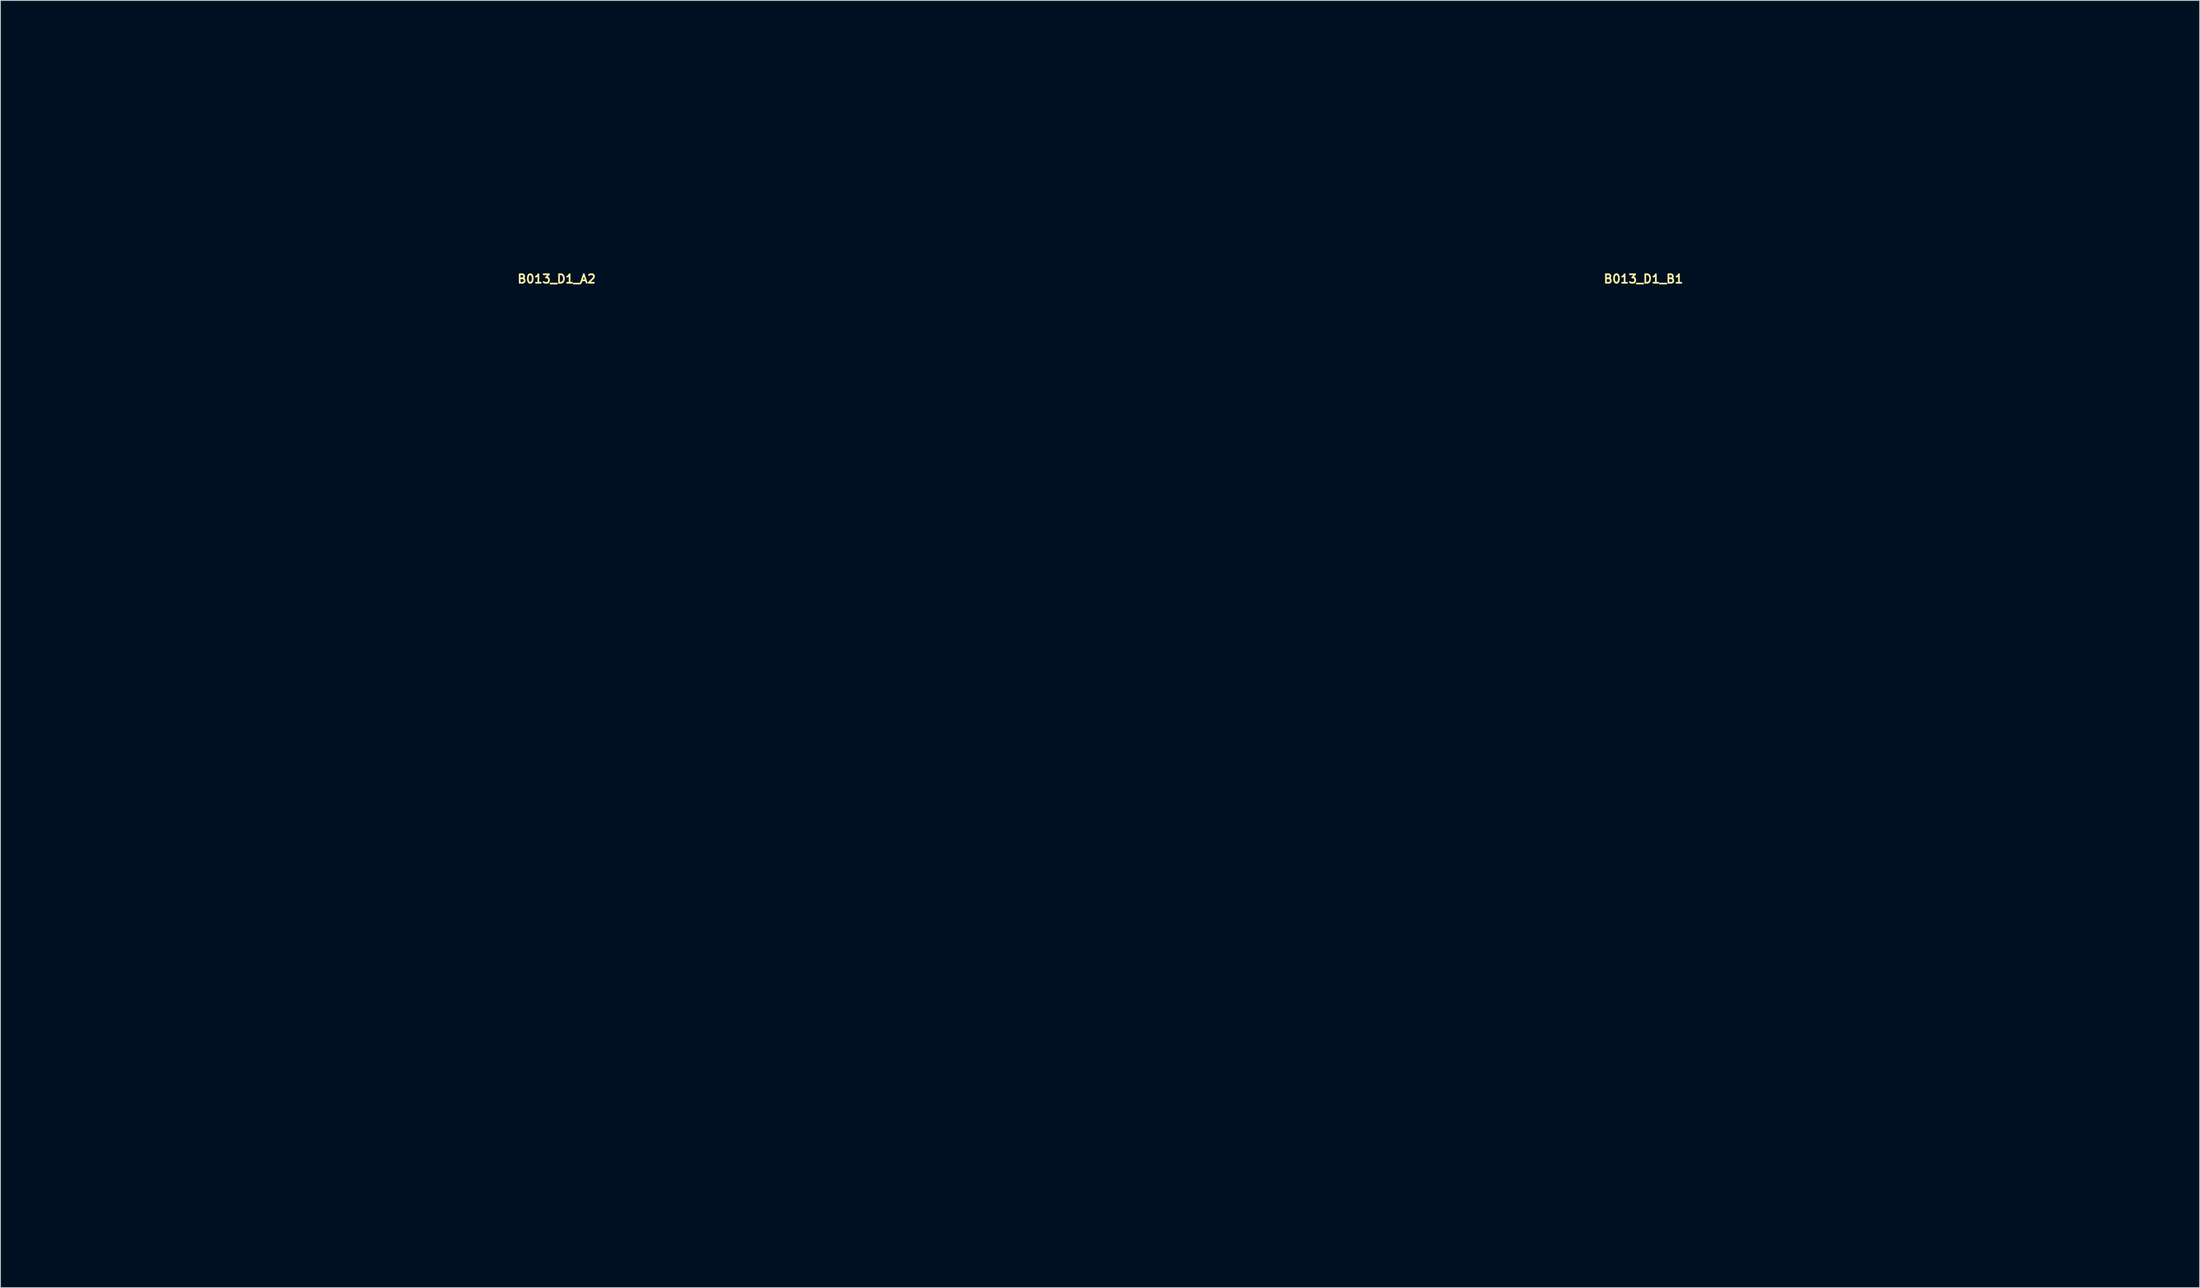
<source format=kicad_pcb>
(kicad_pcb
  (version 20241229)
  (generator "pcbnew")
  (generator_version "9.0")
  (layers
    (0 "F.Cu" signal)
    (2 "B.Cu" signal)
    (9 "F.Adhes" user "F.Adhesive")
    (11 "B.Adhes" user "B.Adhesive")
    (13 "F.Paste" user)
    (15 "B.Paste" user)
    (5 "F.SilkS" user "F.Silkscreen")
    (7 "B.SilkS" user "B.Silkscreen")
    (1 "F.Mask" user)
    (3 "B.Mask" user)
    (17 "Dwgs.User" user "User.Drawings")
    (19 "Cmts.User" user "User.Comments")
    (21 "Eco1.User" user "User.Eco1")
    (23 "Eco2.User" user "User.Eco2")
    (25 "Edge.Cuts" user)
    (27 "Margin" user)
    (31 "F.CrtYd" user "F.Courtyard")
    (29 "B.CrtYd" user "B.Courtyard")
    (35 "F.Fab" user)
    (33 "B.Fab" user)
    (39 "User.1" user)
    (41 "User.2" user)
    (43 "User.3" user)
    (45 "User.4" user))
  (footprint "B013_D1_B1"
    (layer "F.Cu")
    (at 189.9 87.75)
    (property "Reference" "B013_D1_B1" (at 0 -58.039 0) (layer "F.SilkS") (effects (font (size 1 1) (thickness 0.2))))
    (attr through_hole)
    (fp_line (start -62.1 -57.25) (end -62.1 57.25) (stroke (width 0.4) (type solid)) (layer "Eco1.User"))
    (fp_line (start -62.1 -57.25) (end -31.8 -57.25) (stroke (width 0.4) (type solid)) (layer "Eco1.User"))
    (fp_line (start -62.1 57.25) (end -31.8 57.25) (stroke (width 0.4) (type solid)) (layer "Eco1.User"))
    (fp_line (start -58.1 -57.25) (end -58.1 57.25) (stroke (width 0.4) (type solid)) (layer "Eco1.User"))
    (fp_line (start -31.8 -87.55) (end -31.8 -57.25) (stroke (width 0.4) (type solid)) (layer "Eco1.User"))
    (fp_line (start -31.8 -87.55) (end 31.8 -87.55) (stroke (width 0.4) (type solid)) (layer "Eco1.User"))
    (fp_line (start -31.8 -83.55) (end 31.8 -83.55) (stroke (width 0.4) (type solid)) (layer "Eco1.User"))
    (fp_line (start -31.8 -57.25) (end -31.8 57.25) (stroke (width 0.4) (type solid)) (layer "Eco1.User"))
    (fp_line (start -31.8 -57.25) (end 31.8 -57.25) (stroke (width 0.4) (type solid)) (layer "Eco1.User"))
    (fp_line (start -31.8 57.25) (end 31.8 57.25) (stroke (width 0.4) (type solid)) (layer "Eco1.User"))
    (fp_line (start -30.45 -55.75) (end -30.45 55.75) (stroke (width 0.4) (type solid)) (layer "Eco1.User"))
    (fp_line (start -30.45 -55.75) (end 30.45 -55.75) (stroke (width 0.4) (type solid)) (layer "Eco1.User"))
    (fp_line (start -30.45 -49) (end -27.1 -49) (stroke (width 0.4) (type solid)) (layer "Eco1.User"))
    (fp_line (start -30.45 49) (end -27.1 49) (stroke (width 0.4) (type solid)) (layer "Eco1.User"))
    (fp_line (start -30.45 55.75) (end 30.45 55.75) (stroke (width 0.4) (type solid)) (layer "Eco1.User"))
    (fp_line (start -23.85 -55.75) (end -23.85 -52.25) (stroke (width 0.4) (type solid)) (layer "Eco1.User"))
    (fp_line (start -23.85 52.25) (end -23.85 55.75) (stroke (width 0.4) (type solid)) (layer "Eco1.User"))
    (fp_line (start 23.85 -55.75) (end 23.85 -52.25) (stroke (width 0.4) (type solid)) (layer "Eco1.User"))
    (fp_line (start 23.85 52.25) (end 23.85 55.75) (stroke (width 0.4) (type solid)) (layer "Eco1.User"))
    (fp_line (start 27.1 -49) (end 30.45 -49) (stroke (width 0.4) (type solid)) (layer "Eco1.User"))
    (fp_line (start 27.1 49) (end 30.45 49) (stroke (width 0.4) (type solid)) (layer "Eco1.User"))
    (fp_line (start 30.45 -55.75) (end 30.45 55.75) (stroke (width 0.4) (type solid)) (layer "Eco1.User"))
    (fp_line (start 31.8 -87.55) (end 31.8 -57.25) (stroke (width 0.4) (type solid)) (layer "Eco1.User"))
    (fp_line (start 31.8 -57.25) (end 31.8 57.25) (stroke (width 0.4) (type solid)) (layer "Eco1.User"))
    (fp_line (start 31.8 -57.25) (end 62.1 -57.25) (stroke (width 0.4) (type solid)) (layer "Eco1.User"))
    (fp_line (start 31.8 57.25) (end 62.1 57.25) (stroke (width 0.4) (type solid)) (layer "Eco1.User"))
    (fp_line (start 58.1 -57.25) (end 58.1 57.25) (stroke (width 0.4) (type solid)) (layer "Eco1.User"))
    (fp_line (start 62.1 -57.25) (end 62.1 57.25) (stroke (width 0.4) (type solid)) (layer "Eco1.User"))
    (fp_arc (start -27.1 49) (mid -24.801903 49.951903) (end -23.85 52.25) (stroke (width 0.4) (type solid)) (layer "Eco1.User"))
    (fp_arc (start -23.85 -52.25) (mid -24.801903 -49.951903) (end -27.1 -49) (stroke (width 0.4) (type solid)) (layer "Eco1.User"))
    (fp_arc (start 23.85 52.25) (mid 24.801903 49.951903) (end 27.1 49) (stroke (width 0.4) (type solid)) (layer "Eco1.User"))
    (fp_arc (start 27.1 -49) (mid 24.801903 -49.951903) (end 23.85 -52.25) (stroke (width 0.4) (type solid)) (layer "Eco1.User"))
    (fp_circle (center -45.15 1.27) (end -39.15 1.27) (stroke (width 0.4) (type solid)) (fill no) (layer "Eco1.User"))
    (fp_circle (center -27.1 -52.25) (end -25.6 -52.25) (stroke (width 0.4) (type solid)) (fill no) (layer "Eco1.User"))
    (fp_circle (center -27.1 52.25) (end -25.6 52.25) (stroke (width 0.4) (type solid)) (fill no) (layer "Eco1.User"))
    (fp_circle (center -8.89 -50.8) (end -7.39 -50.8) (stroke (width 0.4) (type solid)) (fill no) (layer "Eco1.User"))
    (fp_circle (center -7.9 -31.55) (end -6.6 -31.55) (stroke (width 0.4) (type solid)) (fill no) (layer "Eco1.User"))
    (fp_circle (center 0 -72.1) (end 5.5 -72.1) (stroke (width 0.4) (type solid)) (fill no) (layer "Eco1.User"))
    (fp_circle (center 0 -31.55) (end 3.7 -31.55) (stroke (width 0.4) (type solid)) (fill no) (layer "Eco1.User"))
    (fp_circle (center 0 -7.62) (end 2.65 -7.62) (stroke (width 0.4) (type solid)) (fill no) (layer "Eco1.User"))
    (fp_circle (center 0 19.05) (end 6.5 19.05) (stroke (width 0.4) (type solid)) (fill no) (layer "Eco1.User"))
    (fp_circle (center 8.89 -50.8) (end 10.39 -50.8) (stroke (width 0.4) (type solid)) (fill no) (layer "Eco1.User"))
    (fp_circle (center 27.1 -52.25) (end 28.6 -52.25) (stroke (width 0.4) (type solid)) (fill no) (layer "Eco1.User"))
    (fp_circle (center 27.1 52.25) (end 28.6 52.25) (stroke (width 0.4) (type solid)) (fill no) (layer "Eco1.User"))
    (fp_circle (center 45.15 1.27) (end 51.15 1.27) (stroke (width 0.4) (type solid)) (fill no) (layer "Eco1.User")))
  (footprint "B013_D1_A2"
    (layer "F.Cu")
    (at 62.3 87.75)
    (property "Reference" "B013_D1_A2" (at 0 -58.039 0) (layer "F.SilkS") (effects (font (size 1 1) (thickness 0.2))))
    (attr through_hole)
    (fp_line (start -62.1 -57.25) (end -62.1 57.25) (stroke (width 0.4) (type solid)) (layer "Eco1.User"))
    (fp_line (start -62.1 -57.25) (end -31.8 -57.25) (stroke (width 0.4) (type solid)) (layer "Eco1.User"))
    (fp_line (start -62.1 57.25) (end -31.8 57.25) (stroke (width 0.4) (type solid)) (layer "Eco1.User"))
    (fp_line (start -58.1 -57.25) (end -58.1 57.25) (stroke (width 0.4) (type solid)) (layer "Eco1.User"))
    (fp_line (start -31.8 -87.55) (end -31.8 -57.25) (stroke (width 0.4) (type solid)) (layer "Eco1.User"))
    (fp_line (start -31.8 -87.55) (end 31.8 -87.55) (stroke (width 0.4) (type solid)) (layer "Eco1.User"))
    (fp_line (start -31.8 -83.55) (end 31.8 -83.55) (stroke (width 0.4) (type solid)) (layer "Eco1.User"))
    (fp_line (start -31.8 -57.25) (end -31.8 57.25) (stroke (width 0.4) (type solid)) (layer "Eco1.User"))
    (fp_line (start -31.8 -57.25) (end 31.8 -57.25) (stroke (width 0.4) (type solid)) (layer "Eco1.User"))
    (fp_line (start -31.8 57.25) (end 31.8 57.25) (stroke (width 0.4) (type solid)) (layer "Eco1.User"))
    (fp_line (start -30.45 -55.75) (end -30.45 55.75) (stroke (width 0.4) (type solid)) (layer "Eco1.User"))
    (fp_line (start -30.45 -55.75) (end 30.45 -55.75) (stroke (width 0.4) (type solid)) (layer "Eco1.User"))
    (fp_line (start -30.45 -49) (end -27.1 -49) (stroke (width 0.4) (type solid)) (layer "Eco1.User"))
    (fp_line (start -30.45 49) (end -27.1 49) (stroke (width 0.4) (type solid)) (layer "Eco1.User"))
    (fp_line (start -30.45 55.75) (end 30.45 55.75) (stroke (width 0.4) (type solid)) (layer "Eco1.User"))
    (fp_line (start -23.85 -55.75) (end -23.85 -52.25) (stroke (width 0.4) (type solid)) (layer "Eco1.User"))
    (fp_line (start -23.85 52.25) (end -23.85 55.75) (stroke (width 0.4) (type solid)) (layer "Eco1.User"))
    (fp_line (start 23.85 -55.75) (end 23.85 -52.25) (stroke (width 0.4) (type solid)) (layer "Eco1.User"))
    (fp_line (start 23.85 52.25) (end 23.85 55.75) (stroke (width 0.4) (type solid)) (layer "Eco1.User"))
    (fp_line (start 27.1 -49) (end 30.45 -49) (stroke (width 0.4) (type solid)) (layer "Eco1.User"))
    (fp_line (start 27.1 49) (end 30.45 49) (stroke (width 0.4) (type solid)) (layer "Eco1.User"))
    (fp_line (start 30.45 -55.75) (end 30.45 55.75) (stroke (width 0.4) (type solid)) (layer "Eco1.User"))
    (fp_line (start 31.8 -87.55) (end 31.8 -57.25) (stroke (width 0.4) (type solid)) (layer "Eco1.User"))
    (fp_line (start 31.8 -57.25) (end 31.8 57.25) (stroke (width 0.4) (type solid)) (layer "Eco1.User"))
    (fp_line (start 31.8 -57.25) (end 62.1 -57.25) (stroke (width 0.4) (type solid)) (layer "Eco1.User"))
    (fp_line (start 31.8 57.25) (end 62.1 57.25) (stroke (width 0.4) (type solid)) (layer "Eco1.User"))
    (fp_line (start 58.1 -57.25) (end 58.1 57.25) (stroke (width 0.4) (type solid)) (layer "Eco1.User"))
    (fp_line (start 62.1 -57.25) (end 62.1 57.25) (stroke (width 0.4) (type solid)) (layer "Eco1.User"))
    (fp_arc (start -27.1 49) (mid -24.801903 49.951903) (end -23.85 52.25) (stroke (width 0.4) (type solid)) (layer "Eco1.User"))
    (fp_arc (start -23.85 -52.25) (mid -24.801903 -49.951903) (end -27.1 -49) (stroke (width 0.4) (type solid)) (layer "Eco1.User"))
    (fp_arc (start 23.85 52.25) (mid 24.801903 49.951903) (end 27.1 49) (stroke (width 0.4) (type solid)) (layer "Eco1.User"))
    (fp_arc (start 27.1 -49) (mid 24.801903 -49.951903) (end 23.85 -52.25) (stroke (width 0.4) (type solid)) (layer "Eco1.User"))
    (fp_circle (center -45.15 1.27) (end -39.15 1.27) (stroke (width 0.4) (type solid)) (fill no) (layer "Eco1.User"))
    (fp_circle (center -27.1 -52.25) (end -25.6 -52.25) (stroke (width 0.4) (type solid)) (fill no) (layer "Eco1.User"))
    (fp_circle (center -27.1 52.25) (end -25.6 52.25) (stroke (width 0.4) (type solid)) (fill no) (layer "Eco1.User"))
    (fp_circle (center -26.95 -40.44) (end -25.55 -40.44) (stroke (width 0.4) (type solid)) (fill no) (layer "Eco1.User"))
    (fp_circle (center -19.05 -40.44) (end -15.35 -40.44) (stroke (width 0.4) (type solid)) (fill no) (layer "Eco1.User"))
    (fp_circle (center -8.89 -50.8) (end -7.39 -50.8) (stroke (width 0.4) (type solid)) (fill no) (layer "Eco1.User"))
    (fp_circle (center -7.9 -26.47) (end -6.5 -26.47) (stroke (width 0.4) (type solid)) (fill no) (layer "Eco1.User"))
    (fp_circle (center 0 -72.1) (end 5.5 -72.1) (stroke (width 0.4) (type solid)) (fill no) (layer "Eco1.User"))
    (fp_circle (center 0 -26.47) (end 3.7 -26.47) (stroke (width 0.4) (type solid)) (fill no) (layer "Eco1.User"))
    (fp_circle (center 0 -7.62) (end 2.65 -7.62) (stroke (width 0.4) (type solid)) (fill no) (layer "Eco1.User"))
    (fp_circle (center 0 19.05) (end 6.5 19.05) (stroke (width 0.4) (type solid)) (fill no) (layer "Eco1.User"))
    (fp_circle (center 8.89 -50.8) (end 10.39 -50.8) (stroke (width 0.4) (type solid)) (fill no) (layer "Eco1.User"))
    (fp_circle (center 11.15 -40.44) (end 12.55 -40.44) (stroke (width 0.4) (type solid)) (fill no) (layer "Eco1.User"))
    (fp_circle (center 19.05 -40.44) (end 22.75 -40.44) (stroke (width 0.4) (type solid)) (fill no) (layer "Eco1.User"))
    (fp_circle (center 27.1 -52.25) (end 28.6 -52.25) (stroke (width 0.4) (type solid)) (fill no) (layer "Eco1.User"))
    (fp_circle (center 27.1 52.25) (end 28.6 52.25) (stroke (width 0.4) (type solid)) (fill no) (layer "Eco1.User"))
    (fp_circle (center 45.15 1.27) (end 51.15 1.27) (stroke (width 0.4) (type solid)) (fill no) (layer "Eco1.User")))
  (gr_rect
    (start -3 -3)
    (end 255.2 148.2)
    (stroke (width 0.1) (type default))
    (fill no)
    (layer "Edge.Cuts")))
</source>
